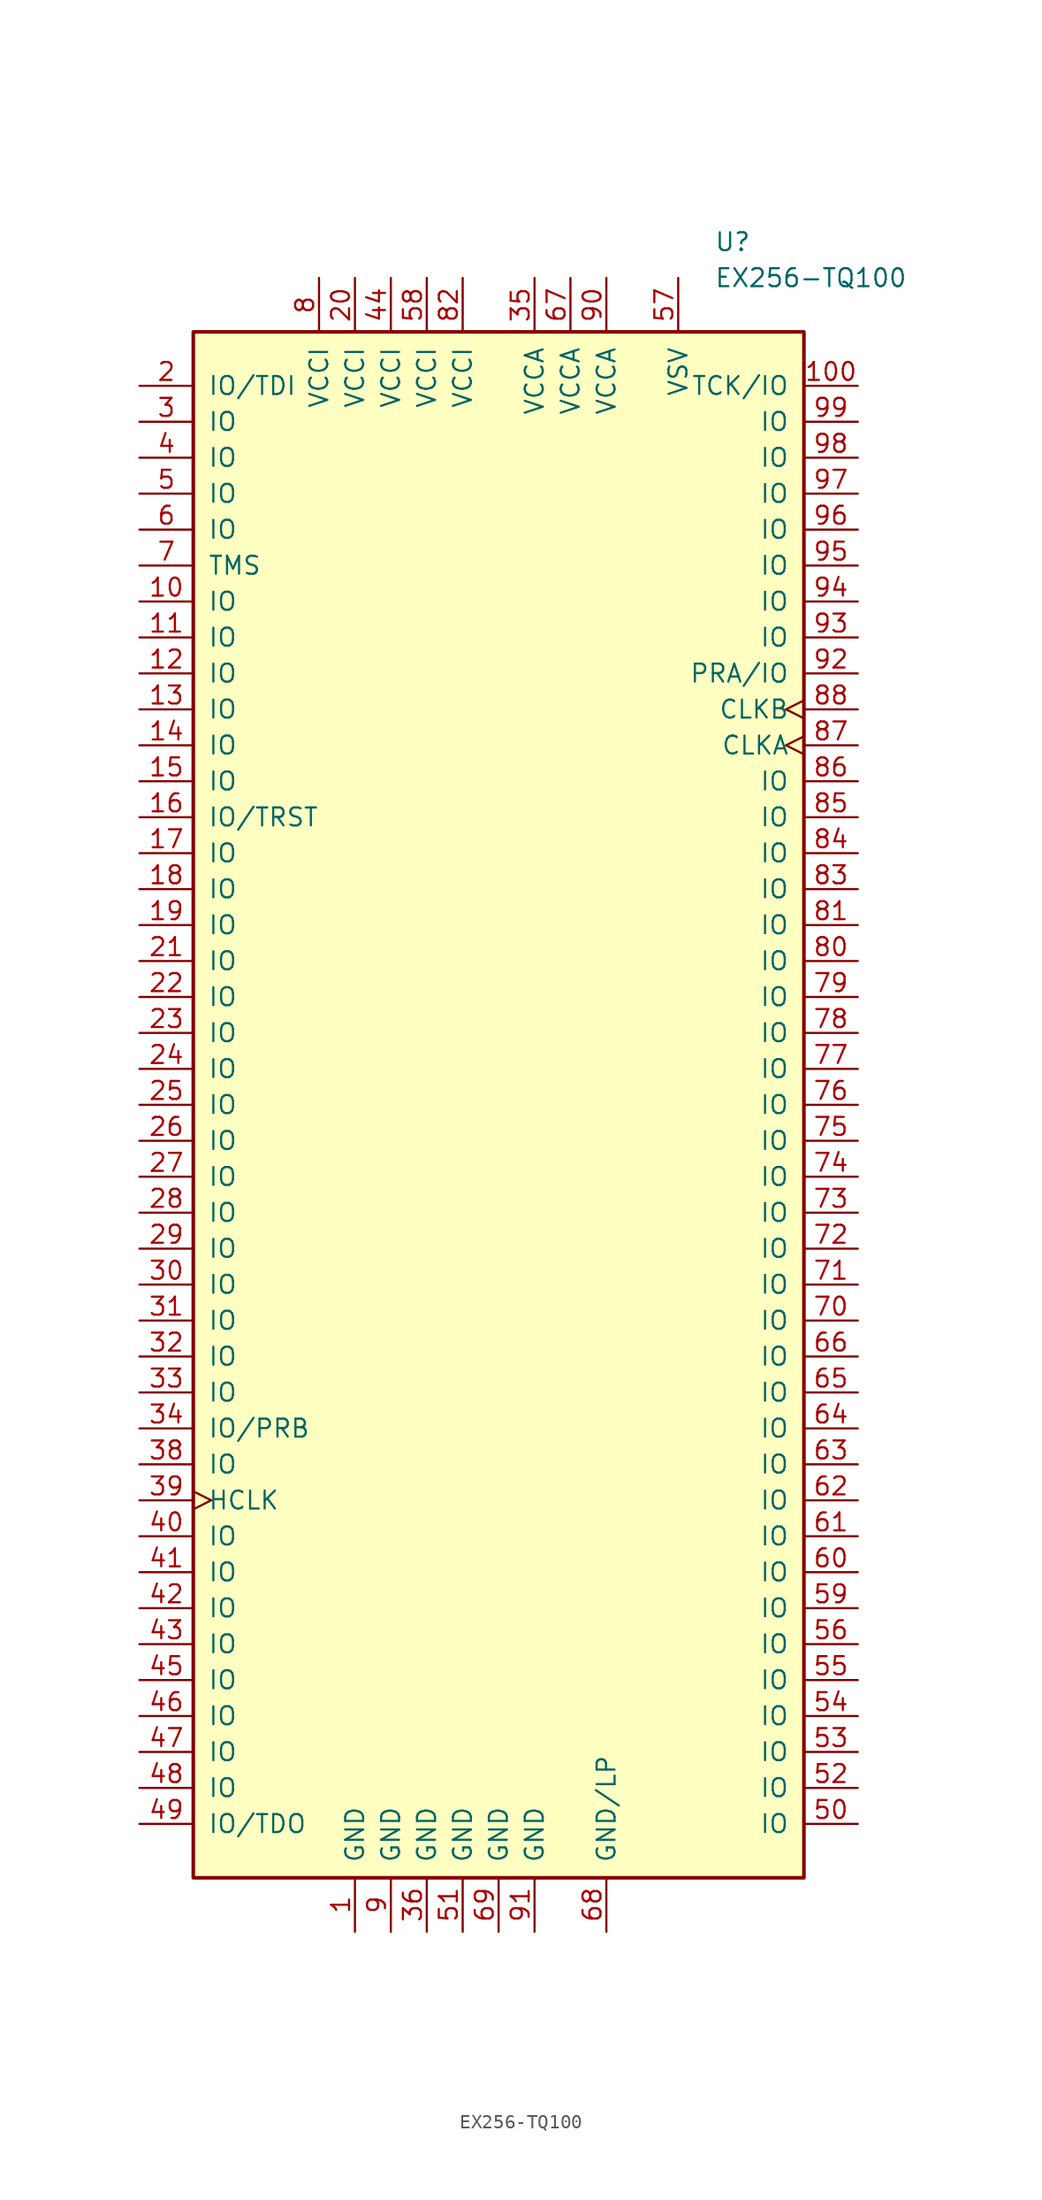
<source format=kicad_sym>
(kicad_symbol_lib
  (version 20231120)
  (generator "kicad_symbol_editor")
  (generator_version "8.0")
  (symbol "EX256-TQ100"
    (pin_names
      (offset 1.016))
    (property "Reference" "U"
      (at 15.24 60.96 0)
      (effects (font (size 1.27 1.27)) (justify left)))
    (property "Value" "EX256-TQ100"
      (at 15.24 58.42 0)
      (effects (font (size 1.27 1.27)) (justify left)))
    (symbol "EX256-TQ100_0_1"
      (rectangle (start -21.59 54.61) (end 21.59 -54.61) (stroke (width 0.254) (type default)) (fill (type background))))
    (symbol "EX256-TQ100_1_1"
      (pin power_in line (at -10.16 -58.42 90) (length 3.81) (name "GND" (effects (font (size 1.27 1.27)))) (number "1" (effects (font (size 1.27 1.27)))))
      (pin bidirectional line (at -25.4 35.56 0) (length 3.81) (name "IO" (effects (font (size 1.27 1.27)))) (number "10" (effects (font (size 1.27 1.27)))))
      (pin bidirectional line (at 25.4 50.8 180) (length 3.81) (name "TCK/IO" (effects (font (size 1.27 1.27)))) (number "100" (effects (font (size 1.27 1.27)))))
      (pin bidirectional line (at -25.4 33.02 0) (length 3.81) (name "IO" (effects (font (size 1.27 1.27)))) (number "11" (effects (font (size 1.27 1.27)))))
      (pin bidirectional line (at -25.4 30.48 0) (length 3.81) (name "IO" (effects (font (size 1.27 1.27)))) (number "12" (effects (font (size 1.27 1.27)))))
      (pin bidirectional line (at -25.4 27.94 0) (length 3.81) (name "IO" (effects (font (size 1.27 1.27)))) (number "13" (effects (font (size 1.27 1.27)))))
      (pin bidirectional line (at -25.4 25.4 0) (length 3.81) (name "IO" (effects (font (size 1.27 1.27)))) (number "14" (effects (font (size 1.27 1.27)))))
      (pin bidirectional line (at -25.4 22.86 0) (length 3.81) (name "IO" (effects (font (size 1.27 1.27)))) (number "15" (effects (font (size 1.27 1.27)))))
      (pin bidirectional line (at -25.4 20.32 0) (length 3.81) (name "IO/TRST" (effects (font (size 1.27 1.27)))) (number "16" (effects (font (size 1.27 1.27)))))
      (pin bidirectional line (at -25.4 17.78 0) (length 3.81) (name "IO" (effects (font (size 1.27 1.27)))) (number "17" (effects (font (size 1.27 1.27)))))
      (pin bidirectional line (at -25.4 15.24 0) (length 3.81) (name "IO" (effects (font (size 1.27 1.27)))) (number "18" (effects (font (size 1.27 1.27)))))
      (pin bidirectional line (at -25.4 12.7 0) (length 3.81) (name "IO" (effects (font (size 1.27 1.27)))) (number "19" (effects (font (size 1.27 1.27)))))
      (pin bidirectional line (at -25.4 50.8 0) (length 3.81) (name "IO/TDI" (effects (font (size 1.27 1.27)))) (number "2" (effects (font (size 1.27 1.27)))))
      (pin power_in line (at -10.16 58.42 270) (length 3.81) (name "VCCI" (effects (font (size 1.27 1.27)))) (number "20" (effects (font (size 1.27 1.27)))))
      (pin bidirectional line (at -25.4 10.16 0) (length 3.81) (name "IO" (effects (font (size 1.27 1.27)))) (number "21" (effects (font (size 1.27 1.27)))))
      (pin bidirectional line (at -25.4 7.62 0) (length 3.81) (name "IO" (effects (font (size 1.27 1.27)))) (number "22" (effects (font (size 1.27 1.27)))))
      (pin bidirectional line (at -25.4 5.08 0) (length 3.81) (name "IO" (effects (font (size 1.27 1.27)))) (number "23" (effects (font (size 1.27 1.27)))))
      (pin bidirectional line (at -25.4 2.54 0) (length 3.81) (name "IO" (effects (font (size 1.27 1.27)))) (number "24" (effects (font (size 1.27 1.27)))))
      (pin bidirectional line (at -25.4 0 0) (length 3.81) (name "IO" (effects (font (size 1.27 1.27)))) (number "25" (effects (font (size 1.27 1.27)))))
      (pin bidirectional line (at -25.4 -2.54 0) (length 3.81) (name "IO" (effects (font (size 1.27 1.27)))) (number "26" (effects (font (size 1.27 1.27)))))
      (pin bidirectional line (at -25.4 -5.08 0) (length 3.81) (name "IO" (effects (font (size 1.27 1.27)))) (number "27" (effects (font (size 1.27 1.27)))))
      (pin bidirectional line (at -25.4 -7.62 0) (length 3.81) (name "IO" (effects (font (size 1.27 1.27)))) (number "28" (effects (font (size 1.27 1.27)))))
      (pin bidirectional line (at -25.4 -10.16 0) (length 3.81) (name "IO" (effects (font (size 1.27 1.27)))) (number "29" (effects (font (size 1.27 1.27)))))
      (pin bidirectional line (at -25.4 48.26 0) (length 3.81) (name "IO" (effects (font (size 1.27 1.27)))) (number "3" (effects (font (size 1.27 1.27)))))
      (pin bidirectional line (at -25.4 -12.7 0) (length 3.81) (name "IO" (effects (font (size 1.27 1.27)))) (number "30" (effects (font (size 1.27 1.27)))))
      (pin bidirectional line (at -25.4 -15.24 0) (length 3.81) (name "IO" (effects (font (size 1.27 1.27)))) (number "31" (effects (font (size 1.27 1.27)))))
      (pin bidirectional line (at -25.4 -17.78 0) (length 3.81) (name "IO" (effects (font (size 1.27 1.27)))) (number "32" (effects (font (size 1.27 1.27)))))
      (pin bidirectional line (at -25.4 -20.32 0) (length 3.81) (name "IO" (effects (font (size 1.27 1.27)))) (number "33" (effects (font (size 1.27 1.27)))))
      (pin bidirectional line (at -25.4 -22.86 0) (length 3.81) (name "IO/PRB" (effects (font (size 1.27 1.27)))) (number "34" (effects (font (size 1.27 1.27)))))
      (pin power_in line (at 2.54 58.42 270) (length 3.81) (name "VCCA" (effects (font (size 1.27 1.27)))) (number "35" (effects (font (size 1.27 1.27)))))
      (pin power_in line (at -5.08 -58.42 90) (length 3.81) (name "GND" (effects (font (size 1.27 1.27)))) (number "36" (effects (font (size 1.27 1.27)))))
      (pin bidirectional line (at -25.4 -25.4 0) (length 3.81) (name "IO" (effects (font (size 1.27 1.27)))) (number "38" (effects (font (size 1.27 1.27)))))
      (pin input clock (at -25.4 -27.94 0) (length 3.81) (name "HCLK" (effects (font (size 1.27 1.27)))) (number "39" (effects (font (size 1.27 1.27)))))
      (pin bidirectional line (at -25.4 45.72 0) (length 3.81) (name "IO" (effects (font (size 1.27 1.27)))) (number "4" (effects (font (size 1.27 1.27)))))
      (pin bidirectional line (at -25.4 -30.48 0) (length 3.81) (name "IO" (effects (font (size 1.27 1.27)))) (number "40" (effects (font (size 1.27 1.27)))))
      (pin bidirectional line (at -25.4 -33.02 0) (length 3.81) (name "IO" (effects (font (size 1.27 1.27)))) (number "41" (effects (font (size 1.27 1.27)))))
      (pin bidirectional line (at -25.4 -35.56 0) (length 3.81) (name "IO" (effects (font (size 1.27 1.27)))) (number "42" (effects (font (size 1.27 1.27)))))
      (pin bidirectional line (at -25.4 -38.1 0) (length 3.81) (name "IO" (effects (font (size 1.27 1.27)))) (number "43" (effects (font (size 1.27 1.27)))))
      (pin power_in line (at -7.62 58.42 270) (length 3.81) (name "VCCI" (effects (font (size 1.27 1.27)))) (number "44" (effects (font (size 1.27 1.27)))))
      (pin bidirectional line (at -25.4 -40.64 0) (length 3.81) (name "IO" (effects (font (size 1.27 1.27)))) (number "45" (effects (font (size 1.27 1.27)))))
      (pin bidirectional line (at -25.4 -43.18 0) (length 3.81) (name "IO" (effects (font (size 1.27 1.27)))) (number "46" (effects (font (size 1.27 1.27)))))
      (pin bidirectional line (at -25.4 -45.72 0) (length 3.81) (name "IO" (effects (font (size 1.27 1.27)))) (number "47" (effects (font (size 1.27 1.27)))))
      (pin bidirectional line (at -25.4 -48.26 0) (length 3.81) (name "IO" (effects (font (size 1.27 1.27)))) (number "48" (effects (font (size 1.27 1.27)))))
      (pin bidirectional line (at -25.4 -50.8 0) (length 3.81) (name "IO/TDO" (effects (font (size 1.27 1.27)))) (number "49" (effects (font (size 1.27 1.27)))))
      (pin bidirectional line (at -25.4 43.18 0) (length 3.81) (name "IO" (effects (font (size 1.27 1.27)))) (number "5" (effects (font (size 1.27 1.27)))))
      (pin bidirectional line (at 25.4 -50.8 180) (length 3.81) (name "IO" (effects (font (size 1.27 1.27)))) (number "50" (effects (font (size 1.27 1.27)))))
      (pin power_in line (at -2.54 -58.42 90) (length 3.81) (name "GND" (effects (font (size 1.27 1.27)))) (number "51" (effects (font (size 1.27 1.27)))))
      (pin bidirectional line (at 25.4 -48.26 180) (length 3.81) (name "IO" (effects (font (size 1.27 1.27)))) (number "52" (effects (font (size 1.27 1.27)))))
      (pin bidirectional line (at 25.4 -45.72 180) (length 3.81) (name "IO" (effects (font (size 1.27 1.27)))) (number "53" (effects (font (size 1.27 1.27)))))
      (pin bidirectional line (at 25.4 -43.18 180) (length 3.81) (name "IO" (effects (font (size 1.27 1.27)))) (number "54" (effects (font (size 1.27 1.27)))))
      (pin bidirectional line (at 25.4 -40.64 180) (length 3.81) (name "IO" (effects (font (size 1.27 1.27)))) (number "55" (effects (font (size 1.27 1.27)))))
      (pin bidirectional line (at 25.4 -38.1 180) (length 3.81) (name "IO" (effects (font (size 1.27 1.27)))) (number "56" (effects (font (size 1.27 1.27)))))
      (pin power_in line (at 12.7 58.42 270) (length 3.81) (name "VSV" (effects (font (size 1.27 1.27)))) (number "57" (effects (font (size 1.27 1.27)))))
      (pin power_in line (at -5.08 58.42 270) (length 3.81) (name "VCCI" (effects (font (size 1.27 1.27)))) (number "58" (effects (font (size 1.27 1.27)))))
      (pin bidirectional line (at 25.4 -35.56 180) (length 3.81) (name "IO" (effects (font (size 1.27 1.27)))) (number "59" (effects (font (size 1.27 1.27)))))
      (pin bidirectional line (at -25.4 40.64 0) (length 3.81) (name "IO" (effects (font (size 1.27 1.27)))) (number "6" (effects (font (size 1.27 1.27)))))
      (pin bidirectional line (at 25.4 -33.02 180) (length 3.81) (name "IO" (effects (font (size 1.27 1.27)))) (number "60" (effects (font (size 1.27 1.27)))))
      (pin bidirectional line (at 25.4 -30.48 180) (length 3.81) (name "IO" (effects (font (size 1.27 1.27)))) (number "61" (effects (font (size 1.27 1.27)))))
      (pin bidirectional line (at 25.4 -27.94 180) (length 3.81) (name "IO" (effects (font (size 1.27 1.27)))) (number "62" (effects (font (size 1.27 1.27)))))
      (pin bidirectional line (at 25.4 -25.4 180) (length 3.81) (name "IO" (effects (font (size 1.27 1.27)))) (number "63" (effects (font (size 1.27 1.27)))))
      (pin bidirectional line (at 25.4 -22.86 180) (length 3.81) (name "IO" (effects (font (size 1.27 1.27)))) (number "64" (effects (font (size 1.27 1.27)))))
      (pin bidirectional line (at 25.4 -20.32 180) (length 3.81) (name "IO" (effects (font (size 1.27 1.27)))) (number "65" (effects (font (size 1.27 1.27)))))
      (pin bidirectional line (at 25.4 -17.78 180) (length 3.81) (name "IO" (effects (font (size 1.27 1.27)))) (number "66" (effects (font (size 1.27 1.27)))))
      (pin power_in line (at 5.08 58.42 270) (length 3.81) (name "VCCA" (effects (font (size 1.27 1.27)))) (number "67" (effects (font (size 1.27 1.27)))))
      (pin power_in line (at 7.62 -58.42 90) (length 3.81) (name "GND/LP" (effects (font (size 1.27 1.27)))) (number "68" (effects (font (size 1.27 1.27)))))
      (pin power_in line (at 0 -58.42 90) (length 3.81) (name "GND" (effects (font (size 1.27 1.27)))) (number "69" (effects (font (size 1.27 1.27)))))
      (pin input line (at -25.4 38.1 0) (length 3.81) (name "TMS" (effects (font (size 1.27 1.27)))) (number "7" (effects (font (size 1.27 1.27)))))
      (pin bidirectional line (at 25.4 -15.24 180) (length 3.81) (name "IO" (effects (font (size 1.27 1.27)))) (number "70" (effects (font (size 1.27 1.27)))))
      (pin bidirectional line (at 25.4 -12.7 180) (length 3.81) (name "IO" (effects (font (size 1.27 1.27)))) (number "71" (effects (font (size 1.27 1.27)))))
      (pin bidirectional line (at 25.4 -10.16 180) (length 3.81) (name "IO" (effects (font (size 1.27 1.27)))) (number "72" (effects (font (size 1.27 1.27)))))
      (pin bidirectional line (at 25.4 -7.62 180) (length 3.81) (name "IO" (effects (font (size 1.27 1.27)))) (number "73" (effects (font (size 1.27 1.27)))))
      (pin bidirectional line (at 25.4 -5.08 180) (length 3.81) (name "IO" (effects (font (size 1.27 1.27)))) (number "74" (effects (font (size 1.27 1.27)))))
      (pin bidirectional line (at 25.4 -2.54 180) (length 3.81) (name "IO" (effects (font (size 1.27 1.27)))) (number "75" (effects (font (size 1.27 1.27)))))
      (pin bidirectional line (at 25.4 0 180) (length 3.81) (name "IO" (effects (font (size 1.27 1.27)))) (number "76" (effects (font (size 1.27 1.27)))))
      (pin bidirectional line (at 25.4 2.54 180) (length 3.81) (name "IO" (effects (font (size 1.27 1.27)))) (number "77" (effects (font (size 1.27 1.27)))))
      (pin bidirectional line (at 25.4 5.08 180) (length 3.81) (name "IO" (effects (font (size 1.27 1.27)))) (number "78" (effects (font (size 1.27 1.27)))))
      (pin bidirectional line (at 25.4 7.62 180) (length 3.81) (name "IO" (effects (font (size 1.27 1.27)))) (number "79" (effects (font (size 1.27 1.27)))))
      (pin power_in line (at -12.7 58.42 270) (length 3.81) (name "VCCI" (effects (font (size 1.27 1.27)))) (number "8" (effects (font (size 1.27 1.27)))))
      (pin bidirectional line (at 25.4 10.16 180) (length 3.81) (name "IO" (effects (font (size 1.27 1.27)))) (number "80" (effects (font (size 1.27 1.27)))))
      (pin bidirectional line (at 25.4 12.7 180) (length 3.81) (name "IO" (effects (font (size 1.27 1.27)))) (number "81" (effects (font (size 1.27 1.27)))))
      (pin power_in line (at -2.54 58.42 270) (length 3.81) (name "VCCI" (effects (font (size 1.27 1.27)))) (number "82" (effects (font (size 1.27 1.27)))))
      (pin bidirectional line (at 25.4 15.24 180) (length 3.81) (name "IO" (effects (font (size 1.27 1.27)))) (number "83" (effects (font (size 1.27 1.27)))))
      (pin bidirectional line (at 25.4 17.78 180) (length 3.81) (name "IO" (effects (font (size 1.27 1.27)))) (number "84" (effects (font (size 1.27 1.27)))))
      (pin bidirectional line (at 25.4 20.32 180) (length 3.81) (name "IO" (effects (font (size 1.27 1.27)))) (number "85" (effects (font (size 1.27 1.27)))))
      (pin bidirectional line (at 25.4 22.86 180) (length 3.81) (name "IO" (effects (font (size 1.27 1.27)))) (number "86" (effects (font (size 1.27 1.27)))))
      (pin input clock (at 25.4 25.4 180) (length 3.81) (name "CLKA" (effects (font (size 1.27 1.27)))) (number "87" (effects (font (size 1.27 1.27)))))
      (pin input clock (at 25.4 27.94 180) (length 3.81) (name "CLKB" (effects (font (size 1.27 1.27)))) (number "88" (effects (font (size 1.27 1.27)))))
      (pin power_in line (at -7.62 -58.42 90) (length 3.81) (name "GND" (effects (font (size 1.27 1.27)))) (number "9" (effects (font (size 1.27 1.27)))))
      (pin power_in line (at 7.62 58.42 270) (length 3.81) (name "VCCA" (effects (font (size 1.27 1.27)))) (number "90" (effects (font (size 1.27 1.27)))))
      (pin power_in line (at 2.54 -58.42 90) (length 3.81) (name "GND" (effects (font (size 1.27 1.27)))) (number "91" (effects (font (size 1.27 1.27)))))
      (pin bidirectional line (at 25.4 30.48 180) (length 3.81) (name "PRA/IO" (effects (font (size 1.27 1.27)))) (number "92" (effects (font (size 1.27 1.27)))))
      (pin bidirectional line (at 25.4 33.02 180) (length 3.81) (name "IO" (effects (font (size 1.27 1.27)))) (number "93" (effects (font (size 1.27 1.27)))))
      (pin bidirectional line (at 25.4 35.56 180) (length 3.81) (name "IO" (effects (font (size 1.27 1.27)))) (number "94" (effects (font (size 1.27 1.27)))))
      (pin bidirectional line (at 25.4 38.1 180) (length 3.81) (name "IO" (effects (font (size 1.27 1.27)))) (number "95" (effects (font (size 1.27 1.27)))))
      (pin bidirectional line (at 25.4 40.64 180) (length 3.81) (name "IO" (effects (font (size 1.27 1.27)))) (number "96" (effects (font (size 1.27 1.27)))))
      (pin bidirectional line (at 25.4 43.18 180) (length 3.81) (name "IO" (effects (font (size 1.27 1.27)))) (number "97" (effects (font (size 1.27 1.27)))))
      (pin bidirectional line (at 25.4 45.72 180) (length 3.81) (name "IO" (effects (font (size 1.27 1.27)))) (number "98" (effects (font (size 1.27 1.27)))))
      (pin bidirectional line (at 25.4 48.26 180) (length 3.81) (name "IO" (effects (font (size 1.27 1.27)))) (number "99" (effects (font (size 1.27 1.27))))))))
</source>
